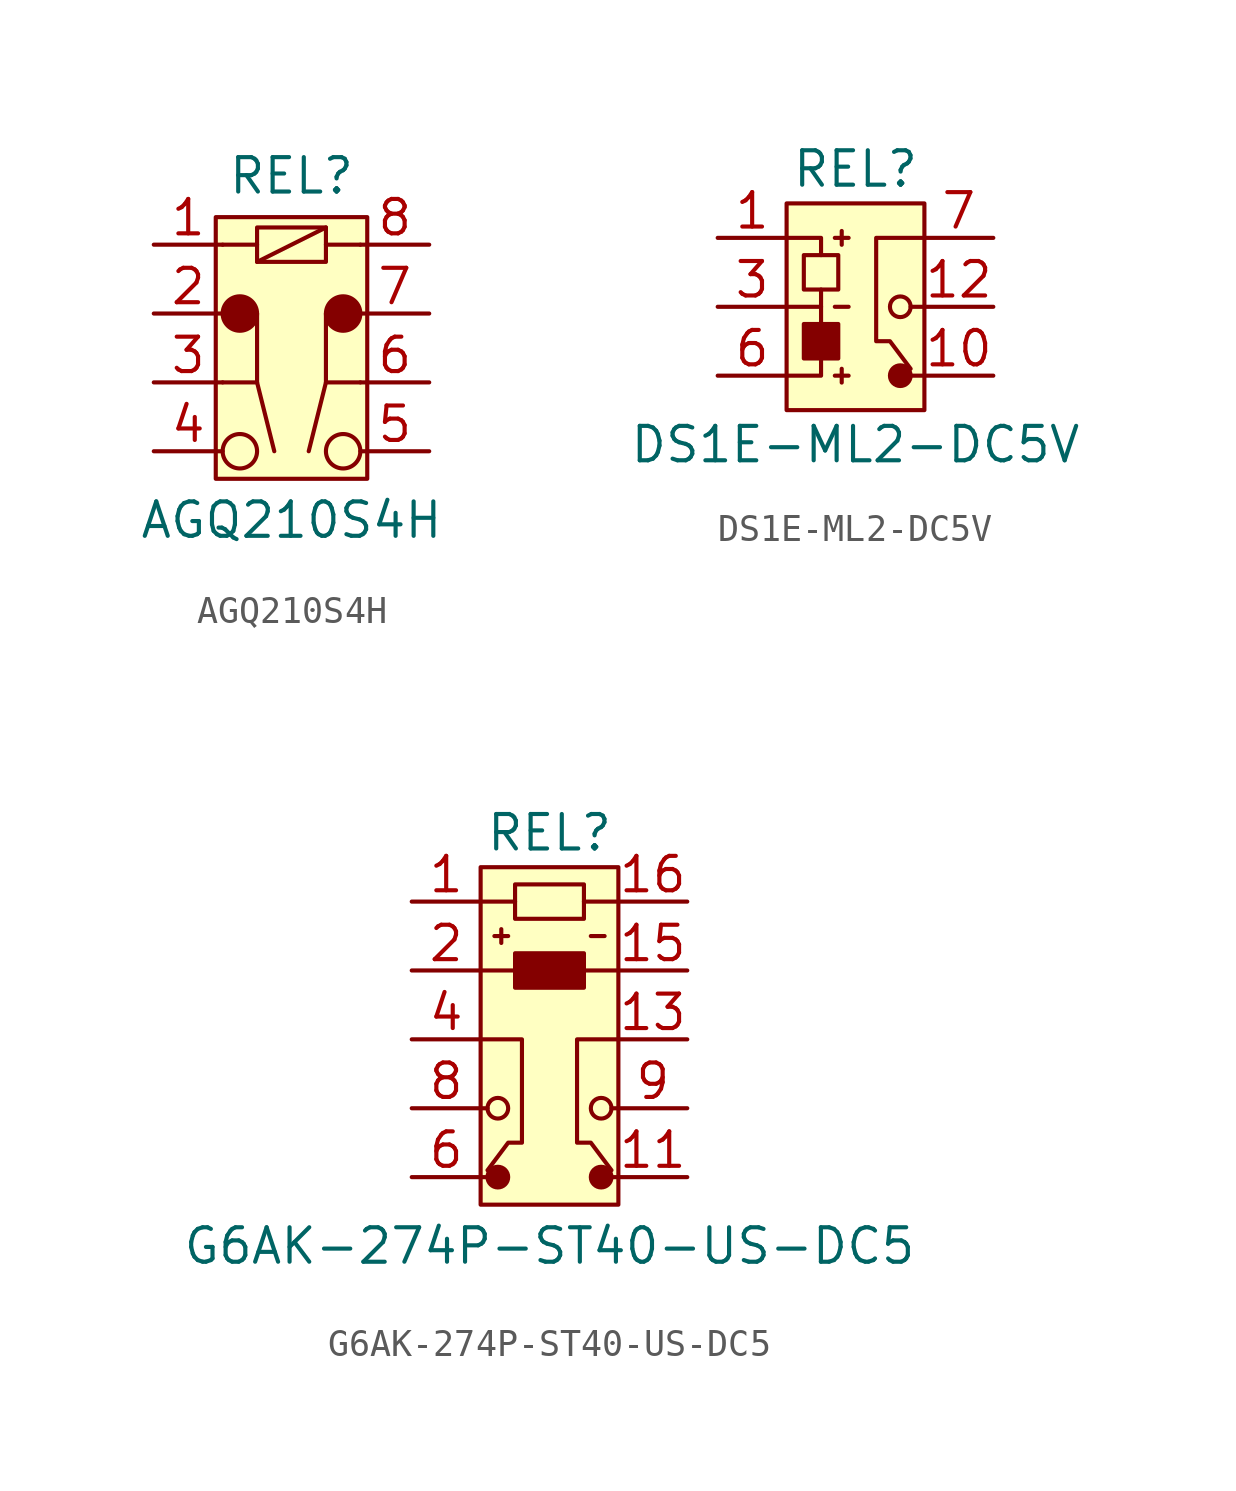
<source format=kicad_sym>
(kicad_symbol_lib
  (version 20211014)
  (generator kicad_symbol_editor)
  (symbol "AGQ210S4H"
    (pin_names
      (offset 1.016))
    (property "Reference" "REL"
      (at 0 5.08 0)
      (effects (font (size 1.27 1.27))))
    (property "Value" "AGQ210S4H"
      (at 0 -7.62 0)
      (effects (font (size 1.27 1.27))))
    (symbol "AGQ210S4H_0_1"
      (rectangle (start -2.794 3.556) (end 2.794 -6.096) (stroke (width 0) (type default) (color 0 0 0 0)) (fill (type background)))
      (circle (center -1.905 -5.08) (radius 0.635) (stroke (width 0) (type default) (color 0 0 0 0)) (fill (type none)))
      (circle (center -1.905 0) (radius 0.635) (stroke (width 0) (type default) (color 0 0 0 0)) (fill (type outline)))
      (rectangle (start -1.27 3.175) (end 1.27 1.905) (stroke (width 0) (type default) (color 0 0 0 0)) (fill (type none)))
      (polyline (pts (xy -2.54 2.54) (xy -1.27 2.54)) (stroke (width 0) (type default) (color 0 0 0 0)) (fill (type none)))
      (polyline (pts (xy -1.27 -2.54) (xy -0.635 -5.08)) (stroke (width 0) (type default) (color 0 0 0 0)) (fill (type none)))
      (polyline (pts (xy -1.27 1.905) (xy 1.27 3.175)) (stroke (width 0) (type default) (color 0 0 0 0)) (fill (type none)))
      (polyline (pts (xy 1.27 -2.54) (xy 0.635 -5.08)) (stroke (width 0) (type default) (color 0 0 0 0)) (fill (type none)))
      (polyline (pts (xy 1.27 2.54) (xy 2.54 2.54)) (stroke (width 0) (type default) (color 0 0 0 0)) (fill (type none)))
      (polyline (pts (xy -2.54 -2.54) (xy -1.27 -2.54) (xy -1.27 0)) (stroke (width 0) (type default) (color 0 0 0 0)) (fill (type none)))
      (polyline (pts (xy 2.54 -2.54) (xy 1.27 -2.54) (xy 1.27 0)) (stroke (width 0) (type default) (color 0 0 0 0)) (fill (type none)))
      (circle (center 1.905 -5.08) (radius 0.635) (stroke (width 0) (type default) (color 0 0 0 0)) (fill (type none)))
      (circle (center 1.905 0) (radius 0.635) (stroke (width 0) (type default) (color 0 0 0 0)) (fill (type outline))))
    (symbol "AGQ210S4H_1_1"
      (pin passive line (at -5.08 2.54 0) (length 2.54) (name "~" (effects (font (size 1.27 1.27)))) (number "1" (effects (font (size 1.27 1.27)))))
      (pin passive line (at -5.08 0 0) (length 2.54) (name "~" (effects (font (size 1.27 1.27)))) (number "2" (effects (font (size 1.27 1.27)))))
      (pin passive line (at -5.08 -2.54 0) (length 2.54) (name "~" (effects (font (size 1.27 1.27)))) (number "3" (effects (font (size 1.27 1.27)))))
      (pin passive line (at -5.08 -5.08 0) (length 2.54) (name "~" (effects (font (size 1.27 1.27)))) (number "4" (effects (font (size 1.27 1.27)))))
      (pin passive line (at 5.08 -5.08 180) (length 2.54) (name "~" (effects (font (size 1.27 1.27)))) (number "5" (effects (font (size 1.27 1.27)))))
      (pin passive line (at 5.08 -2.54 180) (length 2.54) (name "~" (effects (font (size 1.27 1.27)))) (number "6" (effects (font (size 1.27 1.27)))))
      (pin passive line (at 5.08 0 180) (length 2.54) (name "~" (effects (font (size 1.27 1.27)))) (number "7" (effects (font (size 1.27 1.27)))))
      (pin passive line (at 5.08 2.54 180) (length 2.54) (name "~" (effects (font (size 1.27 1.27)))) (number "8" (effects (font (size 1.27 1.27)))))))
  (symbol "DS1E-ML2-DC5V"
    (pin_names
      (offset 1.016))
    (property "Reference" "REL"
      (at 0 5.08 0)
      (effects (font (size 1.27 1.27))))
    (property "Value" "DS1E-ML2-DC5V"
      (at 0 -5.08 0)
      (effects (font (size 1.27 1.27))))
    (symbol "DS1E-ML2-DC5V_0_1"
      (rectangle (start -2.54 3.81) (end 2.54 -3.81) (stroke (width 0) (type default) (color 0 0 0 0)) (fill (type background)))
      (rectangle (start -1.905 0.635) (end -0.635 1.905) (stroke (width 0) (type default) (color 0 0 0 0)) (fill (type none)))
      (polyline (pts (xy 2.54 2.54) (xy 0.762 2.54) (xy 0.762 -1.27) (xy 1.27 -1.27) (xy 2.032 -2.286)) (stroke (width 0) (type default) (color 0 0 0 0)) (fill (type none)))
      (circle (center 1.651 -2.54) (radius 0.381) (stroke (width 0) (type default) (color 0 0 0 0)) (fill (type outline)))
      (circle (center 1.651 0) (radius 0.381) (stroke (width 0) (type default) (color 0 0 0 0)) (fill (type none))))
    (symbol "DS1E-ML2-DC5V_1_1"
      (rectangle (start -1.905 -1.905) (end -0.635 -0.635) (stroke (width 0) (type default) (color 0 0 0 0)) (fill (type outline)))
      (polyline (pts (xy -2.54 0) (xy -1.27 0)) (stroke (width 0) (type default) (color 0 0 0 0)) (fill (type none)))
      (polyline (pts (xy -1.27 0.635) (xy -1.27 -0.635)) (stroke (width 0) (type default) (color 0 0 0 0)) (fill (type none)))
      (polyline (pts (xy -0.762 -2.54) (xy -0.254 -2.54)) (stroke (width 0) (type default) (color 0 0 0 0)) (fill (type none)))
      (polyline (pts (xy -0.762 0) (xy -0.254 0)) (stroke (width 0) (type default) (color 0 0 0 0)) (fill (type none)))
      (polyline (pts (xy -0.762 2.54) (xy -0.254 2.54)) (stroke (width 0) (type default) (color 0 0 0 0)) (fill (type none)))
      (polyline (pts (xy -0.508 -2.286) (xy -0.508 -2.794)) (stroke (width 0) (type default) (color 0 0 0 0)) (fill (type none)))
      (polyline (pts (xy -0.508 2.794) (xy -0.508 2.286)) (stroke (width 0) (type default) (color 0 0 0 0)) (fill (type none)))
      (polyline (pts (xy 2.032 -2.54) (xy 2.54 -2.54)) (stroke (width 0) (type default) (color 0 0 0 0)) (fill (type none)))
      (polyline (pts (xy 2.032 0) (xy 2.54 0)) (stroke (width 0) (type default) (color 0 0 0 0)) (fill (type none)))
      (polyline (pts (xy -2.54 -2.54) (xy -1.27 -2.54) (xy -1.27 -1.905)) (stroke (width 0) (type default) (color 0 0 0 0)) (fill (type none)))
      (polyline (pts (xy -2.54 2.54) (xy -1.27 2.54) (xy -1.27 1.905)) (stroke (width 0) (type default) (color 0 0 0 0)) (fill (type none)))
      (pin passive line (at -5.08 2.54 0) (length 2.54) (name "~" (effects (font (size 1.27 1.27)))) (number "1" (effects (font (size 1.27 1.27)))))
      (pin passive line (at 5.08 -2.54 180) (length 2.54) (name "~" (effects (font (size 1.27 1.27)))) (number "10" (effects (font (size 1.27 1.27)))))
      (pin passive line (at 5.08 0 180) (length 2.54) (name "~" (effects (font (size 1.27 1.27)))) (number "12" (effects (font (size 1.27 1.27)))))
      (pin passive line (at -5.08 0 0) (length 2.54) (name "~" (effects (font (size 1.27 1.27)))) (number "3" (effects (font (size 1.27 1.27)))))
      (pin passive line (at -5.08 -2.54 0) (length 2.54) (name "~" (effects (font (size 1.27 1.27)))) (number "6" (effects (font (size 1.27 1.27)))))
      (pin passive line (at 5.08 2.54 180) (length 2.54) (name "~" (effects (font (size 1.27 1.27)))) (number "7" (effects (font (size 1.27 1.27)))))))
  (symbol "G6AK-274P-ST40-US-DC5"
    (pin_names
      (offset 1.016))
    (property "Reference" "REL"
      (at 0 7.62 0)
      (effects (font (size 1.27 1.27))))
    (property "Value" "G6AK-274P-ST40-US-DC5"
      (at 0 -7.62 0)
      (effects (font (size 1.27 1.27))))
    (symbol "G6AK-274P-ST40-US-DC5_0_1"
      (rectangle (start -2.54 6.35) (end 2.54 -6.096) (stroke (width 0) (type default) (color 0 0 0 0)) (fill (type background)))
      (circle (center -1.905 -5.08) (radius 0.381) (stroke (width 0) (type default) (color 0 0 0 0)) (fill (type outline)))
      (circle (center -1.905 -2.54) (radius 0.381) (stroke (width 0) (type default) (color 0 0 0 0)) (fill (type none)))
      (rectangle (start -1.27 5.715) (end 1.27 4.445) (stroke (width 0) (type default) (color 0 0 0 0)) (fill (type none)))
      (polyline (pts (xy -2.54 -5.08) (xy -2.286 -5.08)) (stroke (width 0) (type default) (color 0 0 0 0)) (fill (type none)))
      (polyline (pts (xy -2.54 -2.54) (xy -2.286 -2.54)) (stroke (width 0) (type default) (color 0 0 0 0)) (fill (type none)))
      (polyline (pts (xy -2.54 5.08) (xy -1.27 5.08)) (stroke (width 0) (type default) (color 0 0 0 0)) (fill (type none)))
      (polyline (pts (xy 1.27 5.08) (xy 2.54 5.08)) (stroke (width 0) (type default) (color 0 0 0 0)) (fill (type none)))
      (polyline (pts (xy 2.286 -2.54) (xy 2.54 -2.54)) (stroke (width 0) (type default) (color 0 0 0 0)) (fill (type none)))
      (polyline (pts (xy 2.54 -5.08) (xy 2.286 -5.08)) (stroke (width 0) (type default) (color 0 0 0 0)) (fill (type none)))
      (polyline (pts (xy -2.54 0) (xy -1.016 0) (xy -1.016 -3.81) (xy -1.524 -3.81) (xy -2.286 -4.826)) (stroke (width 0) (type default) (color 0 0 0 0)) (fill (type none)))
      (polyline (pts (xy 2.54 0) (xy 1.016 0) (xy 1.016 -3.81) (xy 1.524 -3.81) (xy 2.286 -4.826)) (stroke (width 0) (type default) (color 0 0 0 0)) (fill (type none)))
      (circle (center 1.905 -5.08) (radius 0.381) (stroke (width 0) (type default) (color 0 0 0 0)) (fill (type outline)))
      (circle (center 1.905 -2.54) (radius 0.381) (stroke (width 0) (type default) (color 0 0 0 0)) (fill (type none))))
    (symbol "G6AK-274P-ST40-US-DC5_1_1"
      (rectangle (start -1.27 3.175) (end 1.27 1.905) (stroke (width 0) (type default) (color 0 0 0 0)) (fill (type outline)))
      (polyline (pts (xy -2.54 2.54) (xy -1.27 2.54)) (stroke (width 0) (type default) (color 0 0 0 0)) (fill (type none)))
      (polyline (pts (xy -2.032 3.81) (xy -1.524 3.81)) (stroke (width 0) (type default) (color 0 0 0 0)) (fill (type none)))
      (polyline (pts (xy -1.778 4.064) (xy -1.778 3.556)) (stroke (width 0) (type default) (color 0 0 0 0)) (fill (type none)))
      (polyline (pts (xy 1.27 2.54) (xy 2.54 2.54)) (stroke (width 0) (type default) (color 0 0 0 0)) (fill (type none)))
      (polyline (pts (xy 2.032 3.81) (xy 1.524 3.81)) (stroke (width 0) (type default) (color 0 0 0 0)) (fill (type none)))
      (pin passive line (at -5.08 5.08 0) (length 2.54) (name "~" (effects (font (size 1.27 1.27)))) (number "1" (effects (font (size 1.27 1.27)))))
      (pin passive line (at 5.08 -5.08 180) (length 2.54) (name "~" (effects (font (size 1.27 1.27)))) (number "11" (effects (font (size 1.27 1.27)))))
      (pin passive line (at 5.08 0 180) (length 2.54) (name "~" (effects (font (size 1.27 1.27)))) (number "13" (effects (font (size 1.27 1.27)))))
      (pin passive line (at 5.08 2.54 180) (length 2.54) (name "~" (effects (font (size 1.27 1.27)))) (number "15" (effects (font (size 1.27 1.27)))))
      (pin passive line (at 5.08 5.08 180) (length 2.54) (name "~" (effects (font (size 1.27 1.27)))) (number "16" (effects (font (size 1.27 1.27)))))
      (pin passive line (at -5.08 2.54 0) (length 2.54) (name "~" (effects (font (size 1.27 1.27)))) (number "2" (effects (font (size 1.27 1.27)))))
      (pin passive line (at -5.08 0 0) (length 2.54) (name "~" (effects (font (size 1.27 1.27)))) (number "4" (effects (font (size 1.27 1.27)))))
      (pin passive line (at -5.08 -5.08 0) (length 2.54) (name "~" (effects (font (size 1.27 1.27)))) (number "6" (effects (font (size 1.27 1.27)))))
      (pin passive line (at -5.08 -2.54 0) (length 2.54) (name "~" (effects (font (size 1.27 1.27)))) (number "8" (effects (font (size 1.27 1.27)))))
      (pin passive line (at 5.08 -2.54 180) (length 2.54) (name "~" (effects (font (size 1.27 1.27)))) (number "9" (effects (font (size 1.27 1.27))))))))
</source>
